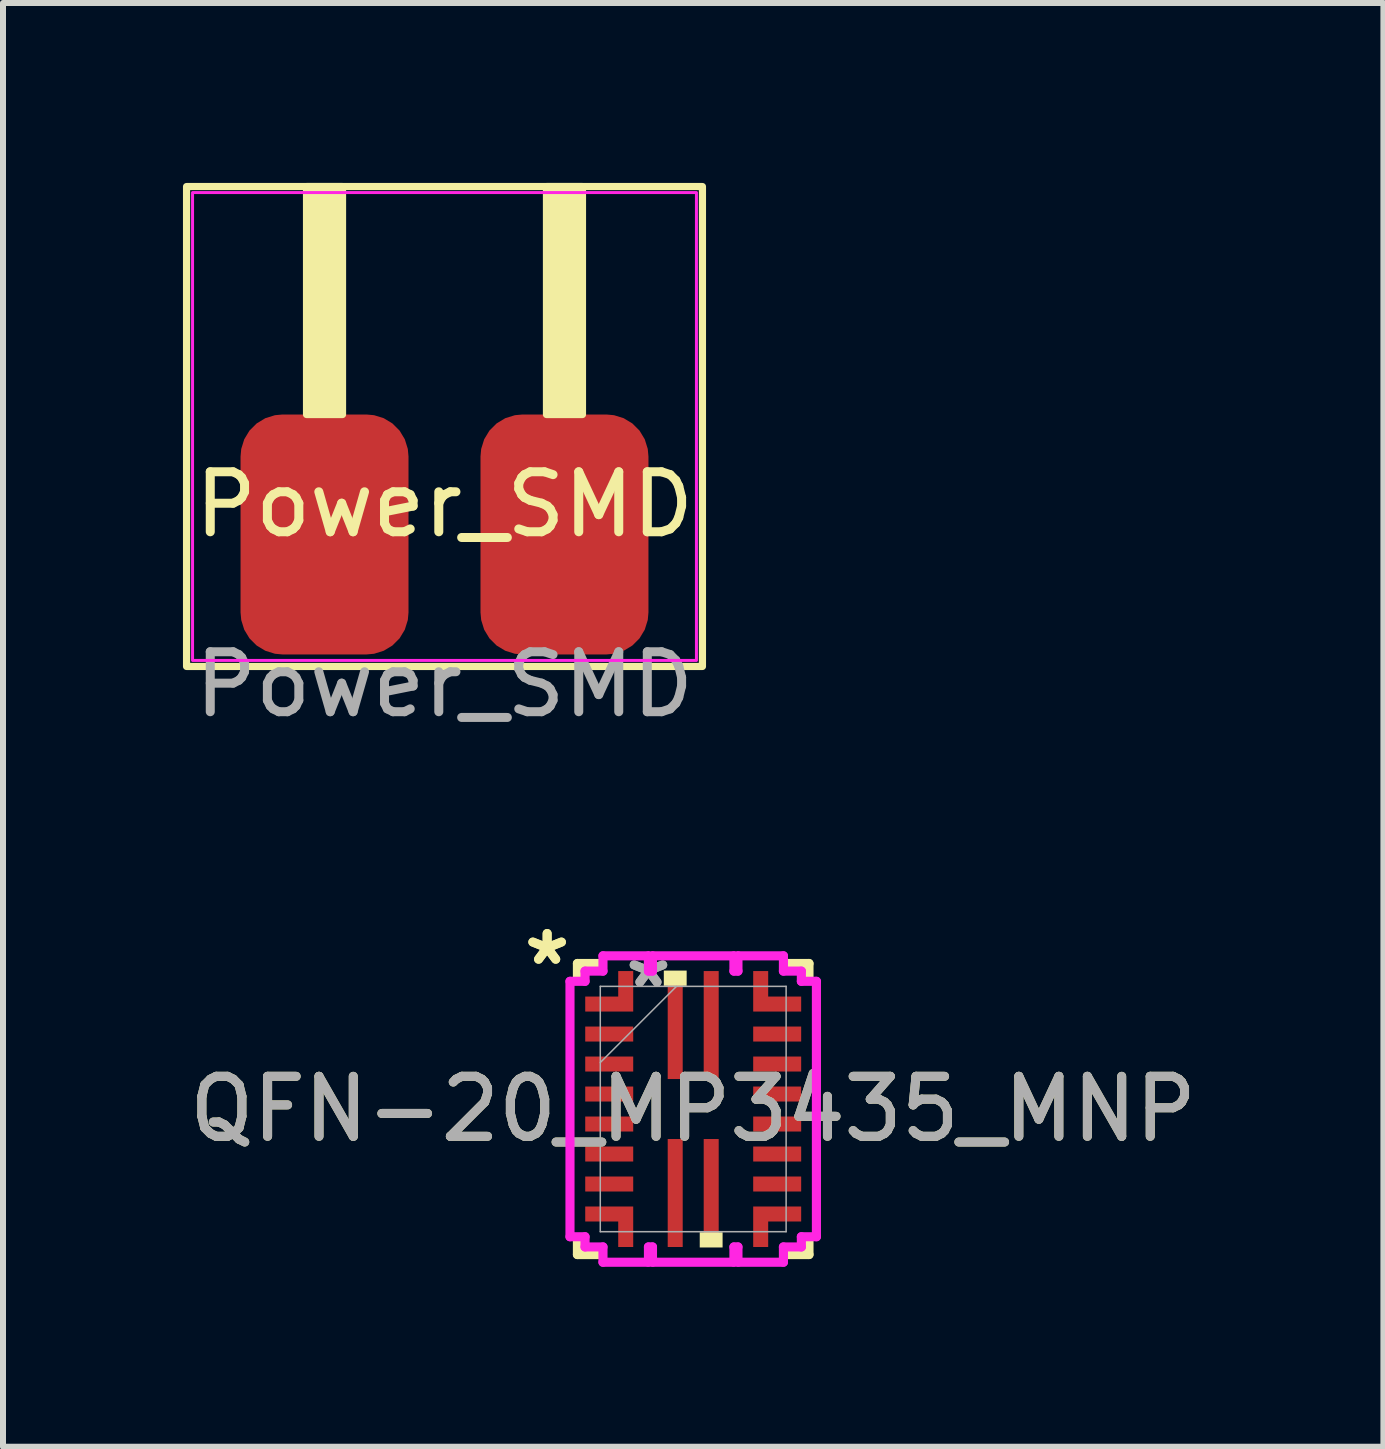
<source format=kicad_pcb>
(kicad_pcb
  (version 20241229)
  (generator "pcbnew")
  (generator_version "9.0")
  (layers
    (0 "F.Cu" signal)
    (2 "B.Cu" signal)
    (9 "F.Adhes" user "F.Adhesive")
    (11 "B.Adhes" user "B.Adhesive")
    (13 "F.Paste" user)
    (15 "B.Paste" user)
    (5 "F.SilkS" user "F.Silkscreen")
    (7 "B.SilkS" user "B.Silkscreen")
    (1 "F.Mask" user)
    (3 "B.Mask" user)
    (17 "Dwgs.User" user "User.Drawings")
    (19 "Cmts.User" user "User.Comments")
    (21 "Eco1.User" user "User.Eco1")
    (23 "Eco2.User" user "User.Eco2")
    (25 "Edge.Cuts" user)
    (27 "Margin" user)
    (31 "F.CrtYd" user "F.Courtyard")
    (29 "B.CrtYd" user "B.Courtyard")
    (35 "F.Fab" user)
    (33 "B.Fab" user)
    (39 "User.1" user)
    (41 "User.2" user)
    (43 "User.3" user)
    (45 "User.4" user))
  (footprint "Power_SMD"
    (layer "F.Cu")
    (at 4.36 5.86)
    (property "Reference" "Power_SMD" (at 0 -0.5 0) (unlocked yes) (layer "F.SilkS") (effects (font (size 1 1) (thickness 0.15))))
    (attr smd)
    (fp_rect (start -4.3 -5.8) (end 4.3 2.2) (stroke (width 0.12) (type default)) (fill no) (layer "F.SilkS"))
    (fp_rect (start -2.3 -5.8) (end -1.7 -2) (stroke (width 0.12) (type solid)) (fill yes) (layer "F.SilkS"))
    (fp_rect (start 1.7 -5.8) (end 2.3 -2) (stroke (width 0.12) (type solid)) (fill yes) (layer "F.SilkS"))
    (fp_rect (start -4.3 -5.8) (end 4.3 2.2) (stroke (width 0.12) (type default)) (fill no) (layer "Margin"))
    (fp_rect (start -4.2 -5.7) (end 4.2 2.1) (stroke (width 0.05) (type default)) (fill no) (layer "F.CrtYd"))
    (fp_text user "${REFERENCE}" (at 0 2.5 0) (unlocked yes) (layer "F.Fab") (effects (font (size 1 1) (thickness 0.15))))
    (pad "1" smd roundrect (at -2 0) (size 2.8 4) (layers "F.Cu" "F.Mask" "F.Paste") (roundrect_rratio 0.25))
    (pad "2" smd roundrect (at 2 0) (size 2.8 4) (layers "F.Cu" "F.Mask" "F.Paste") (roundrect_rratio 0.25)))
  (footprint "QFN-20_MP3435_MNP"
    (layer "F.Cu")
    (at 8.506 15.438)
    (property "Reference" "QFN-20_MP3435_MNP" (at 0 0 0) (unlocked yes) (layer "F.SilkS") (effects (font (size 1 1) (thickness 0.15))))
    (attr smd)
    (fp_poly (pts (xy -1.25 -2.3) (xy -1.25 -1.875) (xy -1.8 -1.875) (xy -1.8 -1.625) (xy -1 -1.625) (xy -1 -2.3)) (stroke (width 0) (type solid)) (fill yes) (layer "F.Cu"))
    (fp_poly (pts (xy -1.25 2.3) (xy -1.25 1.875) (xy -1.8 1.875) (xy -1.8 1.625) (xy -1 1.625) (xy -1 2.3)) (stroke (width 0) (type solid)) (fill yes) (layer "F.Cu"))
    (fp_poly (pts (xy 1.25 -2.3) (xy 1.25 -1.875) (xy 1.8 -1.875) (xy 1.8 -1.625) (xy 1 -1.625) (xy 1 -2.3)) (stroke (width 0) (type solid)) (fill yes) (layer "F.Cu"))
    (fp_poly (pts (xy 1.25 2.3) (xy 1.25 1.875) (xy 1.8 1.875) (xy 1.8 1.625) (xy 1 1.625) (xy 1 2.3)) (stroke (width 0) (type solid)) (fill yes) (layer "F.Cu"))
    (fp_poly (pts (xy -1.25 -2.3) (xy -1.25 -1.875) (xy -1.8 -1.875) (xy -1.8 -1.625) (xy -1 -1.625) (xy -1 -2.3)) (stroke (width 0) (type solid)) (fill yes) (layer "F.Mask"))
    (fp_poly (pts (xy -1.25 2.3) (xy -1.25 1.875) (xy -1.8 1.875) (xy -1.8 1.625) (xy -1 1.625) (xy -1 2.3)) (stroke (width 0) (type solid)) (fill yes) (layer "F.Mask"))
    (fp_poly (pts (xy 1.25 -2.3) (xy 1.25 -1.875) (xy 1.8 -1.875) (xy 1.8 -1.625) (xy 1 -1.625) (xy 1 -2.3)) (stroke (width 0) (type solid)) (fill yes) (layer "F.Mask"))
    (fp_poly (pts (xy 1.25 2.3) (xy 1.25 1.875) (xy 1.8 1.875) (xy 1.8 1.625) (xy 1 1.625) (xy 1 2.3)) (stroke (width 0) (type solid)) (fill yes) (layer "F.Mask"))
    (fp_line (start -1.93 -2.426) (end -1.93 -2.181) (stroke (width 0.152) (type solid)) (layer "F.SilkS"))
    (fp_line (start -1.93 2.181) (end -1.93 2.426) (stroke (width 0.152) (type solid)) (layer "F.SilkS"))
    (fp_line (start -1.93 2.426) (end -1.558 2.426) (stroke (width 0.152) (type solid)) (layer "F.SilkS"))
    (fp_line (start -1.558 -2.426) (end -1.93 -2.426) (stroke (width 0.152) (type solid)) (layer "F.SilkS"))
    (fp_line (start 1.558 2.426) (end 1.93 2.426) (stroke (width 0.152) (type solid)) (layer "F.SilkS"))
    (fp_line (start 1.93 -2.426) (end 1.558 -2.426) (stroke (width 0.152) (type solid)) (layer "F.SilkS"))
    (fp_line (start 1.93 -2.181) (end 1.93 -2.426) (stroke (width 0.152) (type solid)) (layer "F.SilkS"))
    (fp_line (start 1.93 2.426) (end 1.93 2.181) (stroke (width 0.152) (type solid)) (layer "F.SilkS"))
    (fp_poly (pts (xy -0.49 -2.054) (xy -0.49 -2.308) (xy -0.109 -2.308) (xy -0.109 -2.054)) (stroke (width 0) (type solid)) (fill yes) (layer "F.SilkS"))
    (fp_poly (pts (xy 0.109 2.054) (xy 0.109 2.308) (xy 0.49 2.308) (xy 0.49 2.054)) (stroke (width 0) (type solid)) (fill yes) (layer "F.SilkS"))
    (fp_poly (pts (xy -1.25 -2.3) (xy -1.25 -1.875) (xy -1.8 -1.875) (xy -1.8 -1.625) (xy -1 -1.625) (xy -1 -2.3)) (stroke (width 0) (type solid)) (fill yes) (layer "F.Paste"))
    (fp_poly (pts (xy -1.25 2.3) (xy -1.25 1.875) (xy -1.8 1.875) (xy -1.8 1.625) (xy -1 1.625) (xy -1 2.3)) (stroke (width 0) (type solid)) (fill yes) (layer "F.Paste"))
    (fp_poly (pts (xy 1.25 -2.3) (xy 1.25 -1.875) (xy 1.8 -1.875) (xy 1.8 -1.625) (xy 1 -1.625) (xy 1 -2.3)) (stroke (width 0) (type solid)) (fill yes) (layer "F.Paste"))
    (fp_poly (pts (xy 1.25 2.3) (xy 1.25 1.875) (xy 1.8 1.875) (xy 1.8 1.625) (xy 1 1.625) (xy 1 2.3)) (stroke (width 0) (type solid)) (fill yes) (layer "F.Paste"))
    (fp_line (start -2.054 -2.129) (end -2.054 2.129) (stroke (width 0.152) (type solid)) (layer "F.CrtYd"))
    (fp_line (start -2.054 2.129) (end -1.803 2.129) (stroke (width 0.152) (type solid)) (layer "F.CrtYd"))
    (fp_line (start -1.803 -2.299) (end -1.803 -2.129) (stroke (width 0.152) (type solid)) (layer "F.CrtYd"))
    (fp_line (start -1.803 -2.129) (end -2.054 -2.129) (stroke (width 0.152) (type solid)) (layer "F.CrtYd"))
    (fp_line (start -1.803 2.129) (end -1.803 2.299) (stroke (width 0.152) (type solid)) (layer "F.CrtYd"))
    (fp_line (start -1.803 2.299) (end -1.504 2.299) (stroke (width 0.152) (type solid)) (layer "F.CrtYd"))
    (fp_line (start -1.504 -2.554) (end -1.504 -2.299) (stroke (width 0.152) (type solid)) (layer "F.CrtYd"))
    (fp_line (start -1.504 -2.299) (end -1.803 -2.299) (stroke (width 0.152) (type solid)) (layer "F.CrtYd"))
    (fp_line (start -1.504 2.299) (end -1.504 2.554) (stroke (width 0.152) (type solid)) (layer "F.CrtYd"))
    (fp_line (start -1.504 2.554) (end -0.746 2.554) (stroke (width 0.152) (type solid)) (layer "F.CrtYd"))
    (fp_line (start -0.746 -2.554) (end -1.504 -2.554) (stroke (width 0.152) (type solid)) (layer "F.CrtYd"))
    (fp_line (start -0.746 -2.299) (end -0.746 -2.554) (stroke (width 0.152) (type solid)) (layer "F.CrtYd"))
    (fp_line (start -0.746 2.299) (end -0.679 2.299) (stroke (width 0.152) (type solid)) (layer "F.CrtYd"))
    (fp_line (start -0.746 2.554) (end -0.746 2.299) (stroke (width 0.152) (type solid)) (layer "F.CrtYd"))
    (fp_line (start -0.679 -2.554) (end -0.679 -2.299) (stroke (width 0.152) (type solid)) (layer "F.CrtYd"))
    (fp_line (start -0.679 -2.299) (end -0.746 -2.299) (stroke (width 0.152) (type solid)) (layer "F.CrtYd"))
    (fp_line (start -0.679 2.299) (end -0.679 2.554) (stroke (width 0.152) (type solid)) (layer "F.CrtYd"))
    (fp_line (start -0.679 2.554) (end 0.679 2.554) (stroke (width 0.152) (type solid)) (layer "F.CrtYd"))
    (fp_line (start 0.679 -2.554) (end -0.679 -2.554) (stroke (width 0.152) (type solid)) (layer "F.CrtYd"))
    (fp_line (start 0.679 -2.299) (end 0.679 -2.554) (stroke (width 0.152) (type solid)) (layer "F.CrtYd"))
    (fp_line (start 0.679 2.299) (end 0.746 2.299) (stroke (width 0.152) (type solid)) (layer "F.CrtYd"))
    (fp_line (start 0.679 2.554) (end 0.679 2.299) (stroke (width 0.152) (type solid)) (layer "F.CrtYd"))
    (fp_line (start 0.746 -2.554) (end 0.746 -2.299) (stroke (width 0.152) (type solid)) (layer "F.CrtYd"))
    (fp_line (start 0.746 -2.299) (end 0.679 -2.299) (stroke (width 0.152) (type solid)) (layer "F.CrtYd"))
    (fp_line (start 0.746 2.299) (end 0.746 2.554) (stroke (width 0.152) (type solid)) (layer "F.CrtYd"))
    (fp_line (start 0.746 2.554) (end 1.504 2.554) (stroke (width 0.152) (type solid)) (layer "F.CrtYd"))
    (fp_line (start 1.504 -2.554) (end 0.746 -2.554) (stroke (width 0.152) (type solid)) (layer "F.CrtYd"))
    (fp_line (start 1.504 -2.299) (end 1.504 -2.554) (stroke (width 0.152) (type solid)) (layer "F.CrtYd"))
    (fp_line (start 1.504 2.299) (end 1.803 2.299) (stroke (width 0.152) (type solid)) (layer "F.CrtYd"))
    (fp_line (start 1.504 2.554) (end 1.504 2.299) (stroke (width 0.152) (type solid)) (layer "F.CrtYd"))
    (fp_line (start 1.803 -2.299) (end 1.504 -2.299) (stroke (width 0.152) (type solid)) (layer "F.CrtYd"))
    (fp_line (start 1.803 -2.129) (end 1.803 -2.299) (stroke (width 0.152) (type solid)) (layer "F.CrtYd"))
    (fp_line (start 1.803 2.129) (end 2.054 2.129) (stroke (width 0.152) (type solid)) (layer "F.CrtYd"))
    (fp_line (start 1.803 2.299) (end 1.803 2.129) (stroke (width 0.152) (type solid)) (layer "F.CrtYd"))
    (fp_line (start 2.054 -2.129) (end 1.803 -2.129) (stroke (width 0.152) (type solid)) (layer "F.CrtYd"))
    (fp_line (start 2.054 2.129) (end 2.054 -2.129) (stroke (width 0.152) (type solid)) (layer "F.CrtYd"))
    (fp_line (start -1.549 -2.045) (end -1.549 2.045) (stroke (width 0.025) (type solid)) (layer "F.Fab"))
    (fp_line (start -1.549 -0.775) (end -0.279 -2.045) (stroke (width 0.025) (type solid)) (layer "F.Fab"))
    (fp_line (start -1.549 2.045) (end 1.549 2.045) (stroke (width 0.025) (type solid)) (layer "F.Fab"))
    (fp_line (start 1.549 -2.045) (end -1.549 -2.045) (stroke (width 0.025) (type solid)) (layer "F.Fab"))
    (fp_line (start 1.549 2.045) (end 1.549 -2.045) (stroke (width 0.025) (type solid)) (layer "F.Fab"))
    (fp_text user "*" (at -2.435 -2.381 0) (unlocked yes) (layer "F.SilkS") (effects (font (size 1 1) (thickness 0.15))))
    (fp_text user "*" (at -2.435 -2.381 0) (layer "F.SilkS") (effects (font (size 1 1) (thickness 0.15))))
    (fp_text user "*" (at -0.746 -2 0) (unlocked yes) (layer "F.Fab") (effects (font (size 1 1) (thickness 0.15))))
    (fp_text user "${REFERENCE}" (at 0 0 0) (unlocked yes) (layer "F.Fab") (effects (font (size 1 1) (thickness 0.15))))
    (fp_text user "*" (at -0.746 -2 0) (layer "F.Fab") (effects (font (size 1 1) (thickness 0.15))))
    (pad "1" smd rect (at -1.4 -1.75 90) (size 0.127 0.127) (layers "F.Cu" "F.Mask" "F.Paste"))
    (pad "2" smd rect (at -1.4 -1.25 90) (size 0.25 0.8) (layers "F.Cu" "F.Mask" "F.Paste"))
    (pad "3" smd rect (at -1.4 -0.75 90) (size 0.25 0.8) (layers "F.Cu" "F.Mask" "F.Paste"))
    (pad "4" smd rect (at -1.4 -0.25 90) (size 0.25 0.8) (layers "F.Cu" "F.Mask" "F.Paste"))
    (pad "5" smd rect (at -1.4 0.25 90) (size 0.25 0.8) (layers "F.Cu" "F.Mask" "F.Paste"))
    (pad "6" smd rect (at -1.4 0.75 90) (size 0.25 0.8) (layers "F.Cu" "F.Mask" "F.Paste"))
    (pad "7" smd rect (at -1.4 1.25 90) (size 0.25 0.8) (layers "F.Cu" "F.Mask" "F.Paste"))
    (pad "8" smd rect (at -1.4 1.75 90) (size 0.127 0.127) (layers "F.Cu" "F.Mask" "F.Paste"))
    (pad "9" smd rect (at -0.3 1.4) (size 0.25 1.8) (layers "F.Cu" "F.Mask" "F.Paste"))
    (pad "10" smd rect (at 0.3 1.4) (size 0.25 1.8) (layers "F.Cu" "F.Mask" "F.Paste"))
    (pad "11" smd rect (at 1.4 1.75 90) (size 0.127 0.127) (layers "F.Cu" "F.Mask" "F.Paste"))
    (pad "12" smd rect (at 1.4 1.25 90) (size 0.25 0.8) (layers "F.Cu" "F.Mask" "F.Paste"))
    (pad "13" smd rect (at 1.4 0.75 90) (size 0.25 0.8) (layers "F.Cu" "F.Mask" "F.Paste"))
    (pad "14" smd rect (at 1.4 0.25 90) (size 0.25 0.8) (layers "F.Cu" "F.Mask" "F.Paste"))
    (pad "15" smd rect (at 1.4 -0.25 90) (size 0.25 0.8) (layers "F.Cu" "F.Mask" "F.Paste"))
    (pad "16" smd rect (at 1.4 -0.75 90) (size 0.25 0.8) (layers "F.Cu" "F.Mask" "F.Paste"))
    (pad "17" smd rect (at 1.4 -1.25 90) (size 0.25 0.8) (layers "F.Cu" "F.Mask" "F.Paste"))
    (pad "18" smd rect (at 1.4 -1.75 90) (size 0.127 0.127) (layers "F.Cu" "F.Mask" "F.Paste"))
    (pad "19" smd rect (at 0.3 -1.4) (size 0.25 1.8) (layers "F.Cu" "F.Mask" "F.Paste"))
    (pad "20" smd rect (at -0.3 -1.4) (size 0.25 1.8) (layers "F.Cu" "F.Mask" "F.Paste")))
  (gr_rect
    (start -3 -3)
    (end 20.012 21.068)
    (stroke (width 0.1) (type default))
    (fill no)
    (layer "Edge.Cuts")))
</source>
